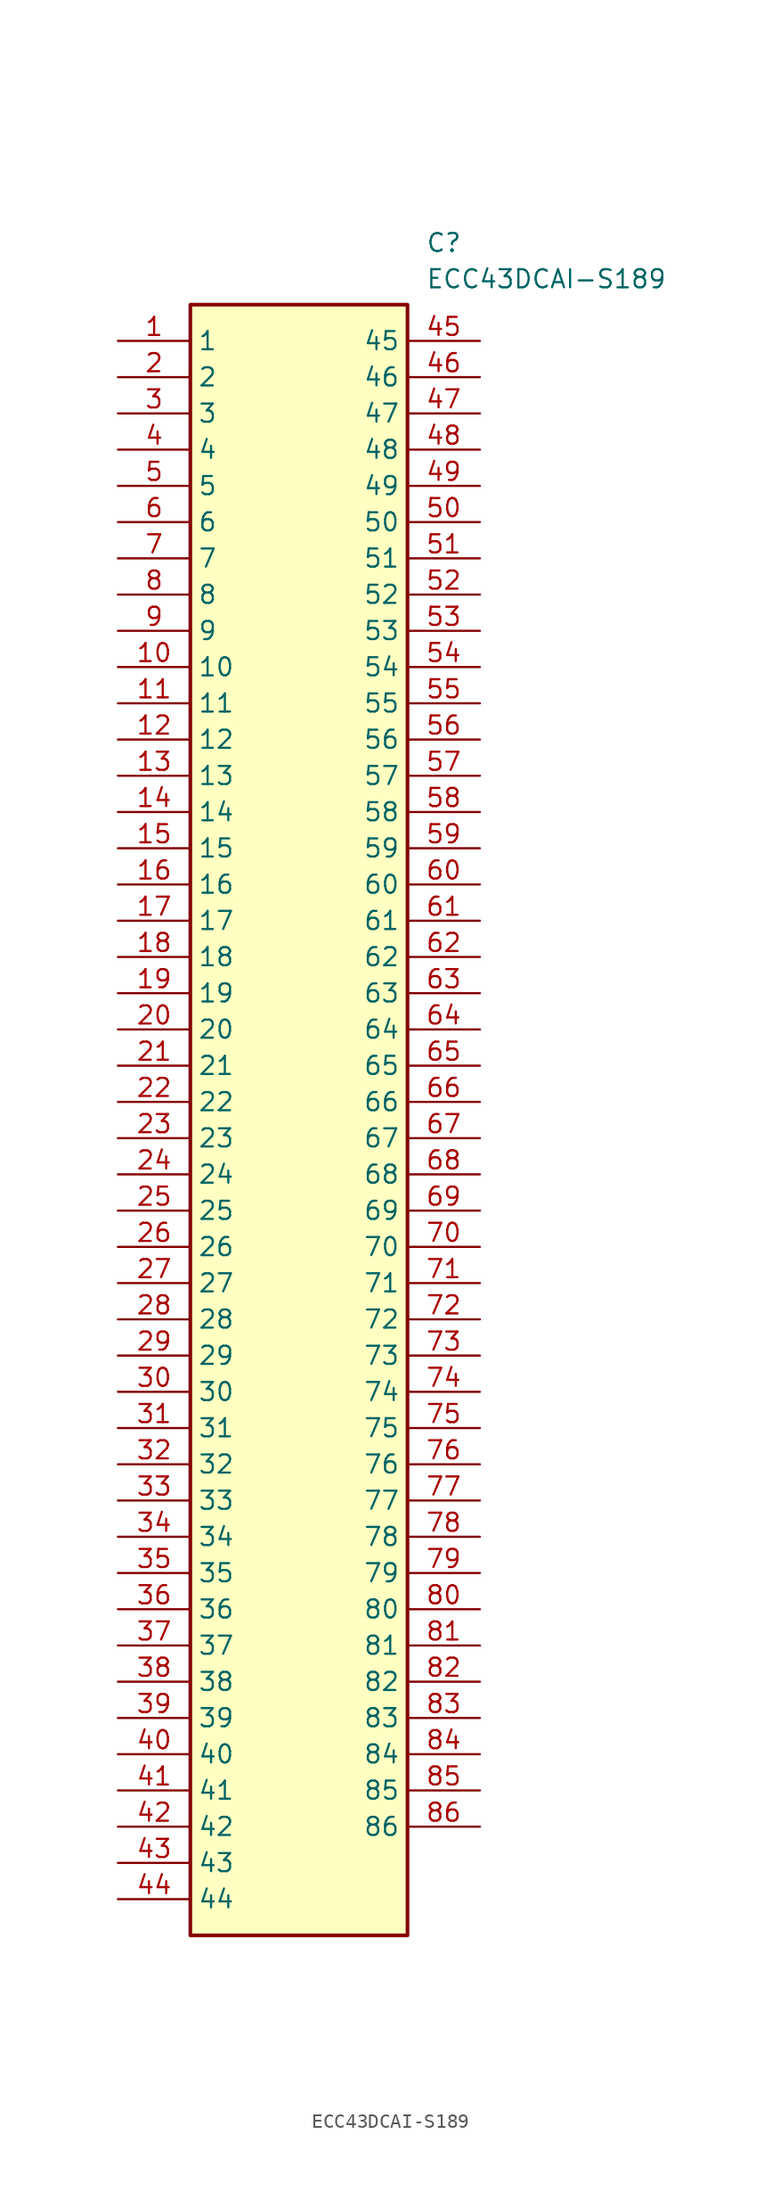
<source format=kicad_sym>
(kicad_symbol_lib
  (version 20231120)
  (generator "kicad_symbol_editor")
  (generator_version "8.0")
  (symbol "ECC43DCAI-S189"
    (property "Reference" "C"
      (at 21.59 7.62 0)
      (effects (font (size 1.27 1.27)) (justify left top)))
    (property "Value" "ECC43DCAI-S189"
      (at 21.59 5.08 0)
      (effects (font (size 1.27 1.27)) (justify left top)))
    (symbol "ECC43DCAI-S189_1_1"
      (rectangle (start 5.08 2.54) (end 20.32 -111.76) (stroke (width 0.254) (type default)) (fill (type background)))
      (pin passive line (at 0 0 0) (length 5.08) (name "1" (effects (font (size 1.27 1.27)))) (number "1" (effects (font (size 1.27 1.27)))))
      (pin passive line (at 0 -22.86 0) (length 5.08) (name "10" (effects (font (size 1.27 1.27)))) (number "10" (effects (font (size 1.27 1.27)))))
      (pin passive line (at 0 -25.4 0) (length 5.08) (name "11" (effects (font (size 1.27 1.27)))) (number "11" (effects (font (size 1.27 1.27)))))
      (pin passive line (at 0 -27.94 0) (length 5.08) (name "12" (effects (font (size 1.27 1.27)))) (number "12" (effects (font (size 1.27 1.27)))))
      (pin passive line (at 0 -30.48 0) (length 5.08) (name "13" (effects (font (size 1.27 1.27)))) (number "13" (effects (font (size 1.27 1.27)))))
      (pin passive line (at 0 -33.02 0) (length 5.08) (name "14" (effects (font (size 1.27 1.27)))) (number "14" (effects (font (size 1.27 1.27)))))
      (pin passive line (at 0 -35.56 0) (length 5.08) (name "15" (effects (font (size 1.27 1.27)))) (number "15" (effects (font (size 1.27 1.27)))))
      (pin passive line (at 0 -38.1 0) (length 5.08) (name "16" (effects (font (size 1.27 1.27)))) (number "16" (effects (font (size 1.27 1.27)))))
      (pin passive line (at 0 -40.64 0) (length 5.08) (name "17" (effects (font (size 1.27 1.27)))) (number "17" (effects (font (size 1.27 1.27)))))
      (pin passive line (at 0 -43.18 0) (length 5.08) (name "18" (effects (font (size 1.27 1.27)))) (number "18" (effects (font (size 1.27 1.27)))))
      (pin passive line (at 0 -45.72 0) (length 5.08) (name "19" (effects (font (size 1.27 1.27)))) (number "19" (effects (font (size 1.27 1.27)))))
      (pin passive line (at 0 -2.54 0) (length 5.08) (name "2" (effects (font (size 1.27 1.27)))) (number "2" (effects (font (size 1.27 1.27)))))
      (pin passive line (at 0 -48.26 0) (length 5.08) (name "20" (effects (font (size 1.27 1.27)))) (number "20" (effects (font (size 1.27 1.27)))))
      (pin passive line (at 0 -50.8 0) (length 5.08) (name "21" (effects (font (size 1.27 1.27)))) (number "21" (effects (font (size 1.27 1.27)))))
      (pin passive line (at 0 -53.34 0) (length 5.08) (name "22" (effects (font (size 1.27 1.27)))) (number "22" (effects (font (size 1.27 1.27)))))
      (pin passive line (at 0 -55.88 0) (length 5.08) (name "23" (effects (font (size 1.27 1.27)))) (number "23" (effects (font (size 1.27 1.27)))))
      (pin passive line (at 0 -58.42 0) (length 5.08) (name "24" (effects (font (size 1.27 1.27)))) (number "24" (effects (font (size 1.27 1.27)))))
      (pin passive line (at 0 -60.96 0) (length 5.08) (name "25" (effects (font (size 1.27 1.27)))) (number "25" (effects (font (size 1.27 1.27)))))
      (pin passive line (at 0 -63.5 0) (length 5.08) (name "26" (effects (font (size 1.27 1.27)))) (number "26" (effects (font (size 1.27 1.27)))))
      (pin passive line (at 0 -66.04 0) (length 5.08) (name "27" (effects (font (size 1.27 1.27)))) (number "27" (effects (font (size 1.27 1.27)))))
      (pin passive line (at 0 -68.58 0) (length 5.08) (name "28" (effects (font (size 1.27 1.27)))) (number "28" (effects (font (size 1.27 1.27)))))
      (pin passive line (at 0 -71.12 0) (length 5.08) (name "29" (effects (font (size 1.27 1.27)))) (number "29" (effects (font (size 1.27 1.27)))))
      (pin passive line (at 0 -5.08 0) (length 5.08) (name "3" (effects (font (size 1.27 1.27)))) (number "3" (effects (font (size 1.27 1.27)))))
      (pin passive line (at 0 -73.66 0) (length 5.08) (name "30" (effects (font (size 1.27 1.27)))) (number "30" (effects (font (size 1.27 1.27)))))
      (pin passive line (at 0 -76.2 0) (length 5.08) (name "31" (effects (font (size 1.27 1.27)))) (number "31" (effects (font (size 1.27 1.27)))))
      (pin passive line (at 0 -78.74 0) (length 5.08) (name "32" (effects (font (size 1.27 1.27)))) (number "32" (effects (font (size 1.27 1.27)))))
      (pin passive line (at 0 -81.28 0) (length 5.08) (name "33" (effects (font (size 1.27 1.27)))) (number "33" (effects (font (size 1.27 1.27)))))
      (pin passive line (at 0 -83.82 0) (length 5.08) (name "34" (effects (font (size 1.27 1.27)))) (number "34" (effects (font (size 1.27 1.27)))))
      (pin passive line (at 0 -86.36 0) (length 5.08) (name "35" (effects (font (size 1.27 1.27)))) (number "35" (effects (font (size 1.27 1.27)))))
      (pin passive line (at 0 -88.9 0) (length 5.08) (name "36" (effects (font (size 1.27 1.27)))) (number "36" (effects (font (size 1.27 1.27)))))
      (pin passive line (at 0 -91.44 0) (length 5.08) (name "37" (effects (font (size 1.27 1.27)))) (number "37" (effects (font (size 1.27 1.27)))))
      (pin passive line (at 0 -93.98 0) (length 5.08) (name "38" (effects (font (size 1.27 1.27)))) (number "38" (effects (font (size 1.27 1.27)))))
      (pin passive line (at 0 -96.52 0) (length 5.08) (name "39" (effects (font (size 1.27 1.27)))) (number "39" (effects (font (size 1.27 1.27)))))
      (pin passive line (at 0 -7.62 0) (length 5.08) (name "4" (effects (font (size 1.27 1.27)))) (number "4" (effects (font (size 1.27 1.27)))))
      (pin passive line (at 0 -99.06 0) (length 5.08) (name "40" (effects (font (size 1.27 1.27)))) (number "40" (effects (font (size 1.27 1.27)))))
      (pin passive line (at 0 -101.6 0) (length 5.08) (name "41" (effects (font (size 1.27 1.27)))) (number "41" (effects (font (size 1.27 1.27)))))
      (pin passive line (at 0 -104.14 0) (length 5.08) (name "42" (effects (font (size 1.27 1.27)))) (number "42" (effects (font (size 1.27 1.27)))))
      (pin passive line (at 0 -106.68 0) (length 5.08) (name "43" (effects (font (size 1.27 1.27)))) (number "43" (effects (font (size 1.27 1.27)))))
      (pin passive line (at 0 -109.22 0) (length 5.08) (name "44" (effects (font (size 1.27 1.27)))) (number "44" (effects (font (size 1.27 1.27)))))
      (pin passive line (at 25.4 0 180) (length 5.08) (name "45" (effects (font (size 1.27 1.27)))) (number "45" (effects (font (size 1.27 1.27)))))
      (pin passive line (at 25.4 -2.54 180) (length 5.08) (name "46" (effects (font (size 1.27 1.27)))) (number "46" (effects (font (size 1.27 1.27)))))
      (pin passive line (at 25.4 -5.08 180) (length 5.08) (name "47" (effects (font (size 1.27 1.27)))) (number "47" (effects (font (size 1.27 1.27)))))
      (pin passive line (at 25.4 -7.62 180) (length 5.08) (name "48" (effects (font (size 1.27 1.27)))) (number "48" (effects (font (size 1.27 1.27)))))
      (pin passive line (at 25.4 -10.16 180) (length 5.08) (name "49" (effects (font (size 1.27 1.27)))) (number "49" (effects (font (size 1.27 1.27)))))
      (pin passive line (at 0 -10.16 0) (length 5.08) (name "5" (effects (font (size 1.27 1.27)))) (number "5" (effects (font (size 1.27 1.27)))))
      (pin passive line (at 25.4 -12.7 180) (length 5.08) (name "50" (effects (font (size 1.27 1.27)))) (number "50" (effects (font (size 1.27 1.27)))))
      (pin passive line (at 25.4 -15.24 180) (length 5.08) (name "51" (effects (font (size 1.27 1.27)))) (number "51" (effects (font (size 1.27 1.27)))))
      (pin passive line (at 25.4 -17.78 180) (length 5.08) (name "52" (effects (font (size 1.27 1.27)))) (number "52" (effects (font (size 1.27 1.27)))))
      (pin passive line (at 25.4 -20.32 180) (length 5.08) (name "53" (effects (font (size 1.27 1.27)))) (number "53" (effects (font (size 1.27 1.27)))))
      (pin passive line (at 25.4 -22.86 180) (length 5.08) (name "54" (effects (font (size 1.27 1.27)))) (number "54" (effects (font (size 1.27 1.27)))))
      (pin passive line (at 25.4 -25.4 180) (length 5.08) (name "55" (effects (font (size 1.27 1.27)))) (number "55" (effects (font (size 1.27 1.27)))))
      (pin passive line (at 25.4 -27.94 180) (length 5.08) (name "56" (effects (font (size 1.27 1.27)))) (number "56" (effects (font (size 1.27 1.27)))))
      (pin passive line (at 25.4 -30.48 180) (length 5.08) (name "57" (effects (font (size 1.27 1.27)))) (number "57" (effects (font (size 1.27 1.27)))))
      (pin passive line (at 25.4 -33.02 180) (length 5.08) (name "58" (effects (font (size 1.27 1.27)))) (number "58" (effects (font (size 1.27 1.27)))))
      (pin passive line (at 25.4 -35.56 180) (length 5.08) (name "59" (effects (font (size 1.27 1.27)))) (number "59" (effects (font (size 1.27 1.27)))))
      (pin passive line (at 0 -12.7 0) (length 5.08) (name "6" (effects (font (size 1.27 1.27)))) (number "6" (effects (font (size 1.27 1.27)))))
      (pin passive line (at 25.4 -38.1 180) (length 5.08) (name "60" (effects (font (size 1.27 1.27)))) (number "60" (effects (font (size 1.27 1.27)))))
      (pin passive line (at 25.4 -40.64 180) (length 5.08) (name "61" (effects (font (size 1.27 1.27)))) (number "61" (effects (font (size 1.27 1.27)))))
      (pin passive line (at 25.4 -43.18 180) (length 5.08) (name "62" (effects (font (size 1.27 1.27)))) (number "62" (effects (font (size 1.27 1.27)))))
      (pin passive line (at 25.4 -45.72 180) (length 5.08) (name "63" (effects (font (size 1.27 1.27)))) (number "63" (effects (font (size 1.27 1.27)))))
      (pin passive line (at 25.4 -48.26 180) (length 5.08) (name "64" (effects (font (size 1.27 1.27)))) (number "64" (effects (font (size 1.27 1.27)))))
      (pin passive line (at 25.4 -50.8 180) (length 5.08) (name "65" (effects (font (size 1.27 1.27)))) (number "65" (effects (font (size 1.27 1.27)))))
      (pin passive line (at 25.4 -53.34 180) (length 5.08) (name "66" (effects (font (size 1.27 1.27)))) (number "66" (effects (font (size 1.27 1.27)))))
      (pin passive line (at 25.4 -55.88 180) (length 5.08) (name "67" (effects (font (size 1.27 1.27)))) (number "67" (effects (font (size 1.27 1.27)))))
      (pin passive line (at 25.4 -58.42 180) (length 5.08) (name "68" (effects (font (size 1.27 1.27)))) (number "68" (effects (font (size 1.27 1.27)))))
      (pin passive line (at 25.4 -60.96 180) (length 5.08) (name "69" (effects (font (size 1.27 1.27)))) (number "69" (effects (font (size 1.27 1.27)))))
      (pin passive line (at 0 -15.24 0) (length 5.08) (name "7" (effects (font (size 1.27 1.27)))) (number "7" (effects (font (size 1.27 1.27)))))
      (pin passive line (at 25.4 -63.5 180) (length 5.08) (name "70" (effects (font (size 1.27 1.27)))) (number "70" (effects (font (size 1.27 1.27)))))
      (pin passive line (at 25.4 -66.04 180) (length 5.08) (name "71" (effects (font (size 1.27 1.27)))) (number "71" (effects (font (size 1.27 1.27)))))
      (pin passive line (at 25.4 -68.58 180) (length 5.08) (name "72" (effects (font (size 1.27 1.27)))) (number "72" (effects (font (size 1.27 1.27)))))
      (pin passive line (at 25.4 -71.12 180) (length 5.08) (name "73" (effects (font (size 1.27 1.27)))) (number "73" (effects (font (size 1.27 1.27)))))
      (pin passive line (at 25.4 -73.66 180) (length 5.08) (name "74" (effects (font (size 1.27 1.27)))) (number "74" (effects (font (size 1.27 1.27)))))
      (pin passive line (at 25.4 -76.2 180) (length 5.08) (name "75" (effects (font (size 1.27 1.27)))) (number "75" (effects (font (size 1.27 1.27)))))
      (pin passive line (at 25.4 -78.74 180) (length 5.08) (name "76" (effects (font (size 1.27 1.27)))) (number "76" (effects (font (size 1.27 1.27)))))
      (pin passive line (at 25.4 -81.28 180) (length 5.08) (name "77" (effects (font (size 1.27 1.27)))) (number "77" (effects (font (size 1.27 1.27)))))
      (pin passive line (at 25.4 -83.82 180) (length 5.08) (name "78" (effects (font (size 1.27 1.27)))) (number "78" (effects (font (size 1.27 1.27)))))
      (pin passive line (at 25.4 -86.36 180) (length 5.08) (name "79" (effects (font (size 1.27 1.27)))) (number "79" (effects (font (size 1.27 1.27)))))
      (pin passive line (at 0 -17.78 0) (length 5.08) (name "8" (effects (font (size 1.27 1.27)))) (number "8" (effects (font (size 1.27 1.27)))))
      (pin passive line (at 25.4 -88.9 180) (length 5.08) (name "80" (effects (font (size 1.27 1.27)))) (number "80" (effects (font (size 1.27 1.27)))))
      (pin passive line (at 25.4 -91.44 180) (length 5.08) (name "81" (effects (font (size 1.27 1.27)))) (number "81" (effects (font (size 1.27 1.27)))))
      (pin passive line (at 25.4 -93.98 180) (length 5.08) (name "82" (effects (font (size 1.27 1.27)))) (number "82" (effects (font (size 1.27 1.27)))))
      (pin passive line (at 25.4 -96.52 180) (length 5.08) (name "83" (effects (font (size 1.27 1.27)))) (number "83" (effects (font (size 1.27 1.27)))))
      (pin passive line (at 25.4 -99.06 180) (length 5.08) (name "84" (effects (font (size 1.27 1.27)))) (number "84" (effects (font (size 1.27 1.27)))))
      (pin passive line (at 25.4 -101.6 180) (length 5.08) (name "85" (effects (font (size 1.27 1.27)))) (number "85" (effects (font (size 1.27 1.27)))))
      (pin passive line (at 25.4 -104.14 180) (length 5.08) (name "86" (effects (font (size 1.27 1.27)))) (number "86" (effects (font (size 1.27 1.27)))))
      (pin passive line (at 0 -20.32 0) (length 5.08) (name "9" (effects (font (size 1.27 1.27)))) (number "9" (effects (font (size 1.27 1.27))))))))
</source>
